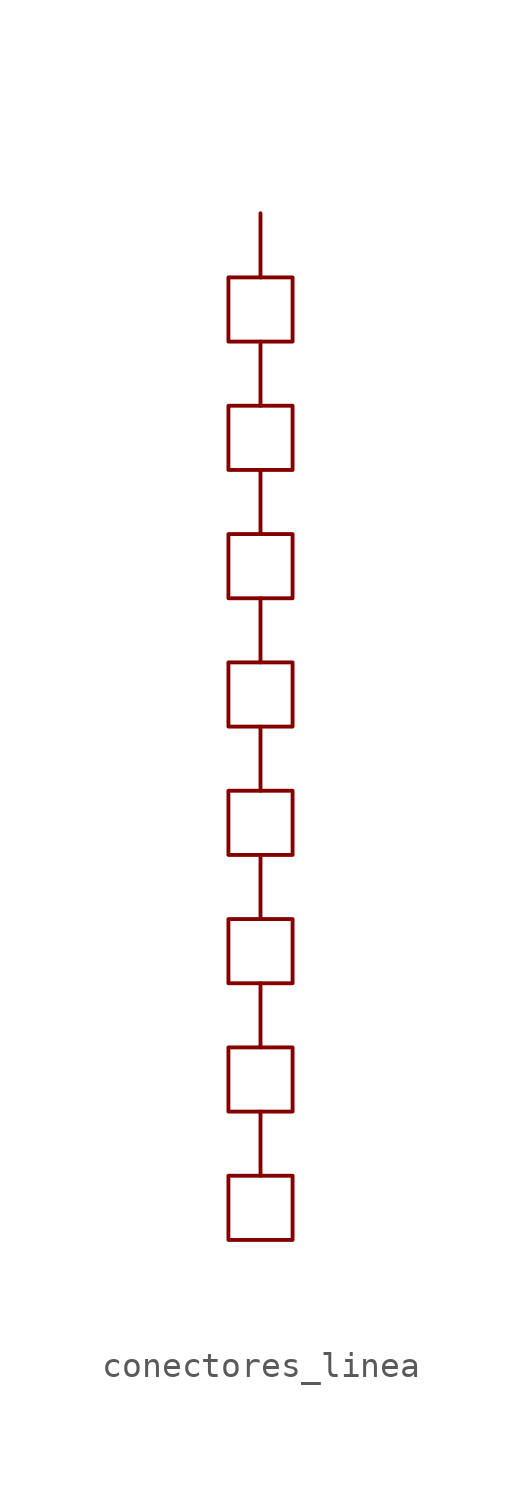
<source format=kicad_sym>
(kicad_symbol_lib
  (version 20220914)
  (generator kicad_symbol_editor)
  (symbol "conectores_linea"
    (pin_names
      (offset 1.016))
    (property "Reference" "o"
      (at 3.81 -1.27 0)
      (effects (font (size 2.54 2.54)) hide))
    (symbol "conectores_linea_0_1"
      (rectangle (start -1.27 -35.56) (end 1.27 -38.1) (stroke (width 0) (type default)) (fill (type none)))
      (rectangle (start -1.27 -30.48) (end 1.27 -33.02) (stroke (width 0) (type default)) (fill (type none)))
      (rectangle (start -1.27 -25.4) (end 1.27 -27.94) (stroke (width 0) (type default)) (fill (type none)))
      (rectangle (start -1.27 -20.32) (end 1.27 -22.86) (stroke (width 0) (type default)) (fill (type none)))
      (rectangle (start -1.27 -15.24) (end 1.27 -17.78) (stroke (width 0) (type default)) (fill (type none)))
      (rectangle (start -1.27 -10.16) (end 1.27 -12.7) (stroke (width 0) (type default)) (fill (type none)))
      (rectangle (start -1.27 -5.08) (end 1.27 -7.62) (stroke (width 0) (type default)) (fill (type none)))
      (rectangle (start -1.27 0) (end 1.27 -2.54) (stroke (width 0) (type default)) (fill (type none)))
      (polyline (pts (xy 0 -33.02) (xy 0 -35.56)) (stroke (width 0) (type default)) (fill (type none)))
      (polyline (pts (xy 0 -27.94) (xy 0 -30.48)) (stroke (width 0) (type default)) (fill (type none)))
      (polyline (pts (xy 0 -22.86) (xy 0 -25.4)) (stroke (width 0) (type default)) (fill (type none)))
      (polyline (pts (xy 0 -17.78) (xy 0 -20.32)) (stroke (width 0) (type default)) (fill (type none)))
      (polyline (pts (xy 0 -12.7) (xy 0 -15.24)) (stroke (width 0) (type default)) (fill (type none)))
      (polyline (pts (xy 0 -7.62) (xy 0 -10.16)) (stroke (width 0) (type default)) (fill (type none)))
      (polyline (pts (xy 0 -2.54) (xy 0 -5.08)) (stroke (width 0) (type default)) (fill (type none))))
    (symbol "conectores_linea_1_1"
      (pin input line (at 0 2.54 270) (length 2.54) (name "" (effects (font (size 1.27 1.27)))) (number "" (effects (font (size 1.143 1.143))))))))
</source>
